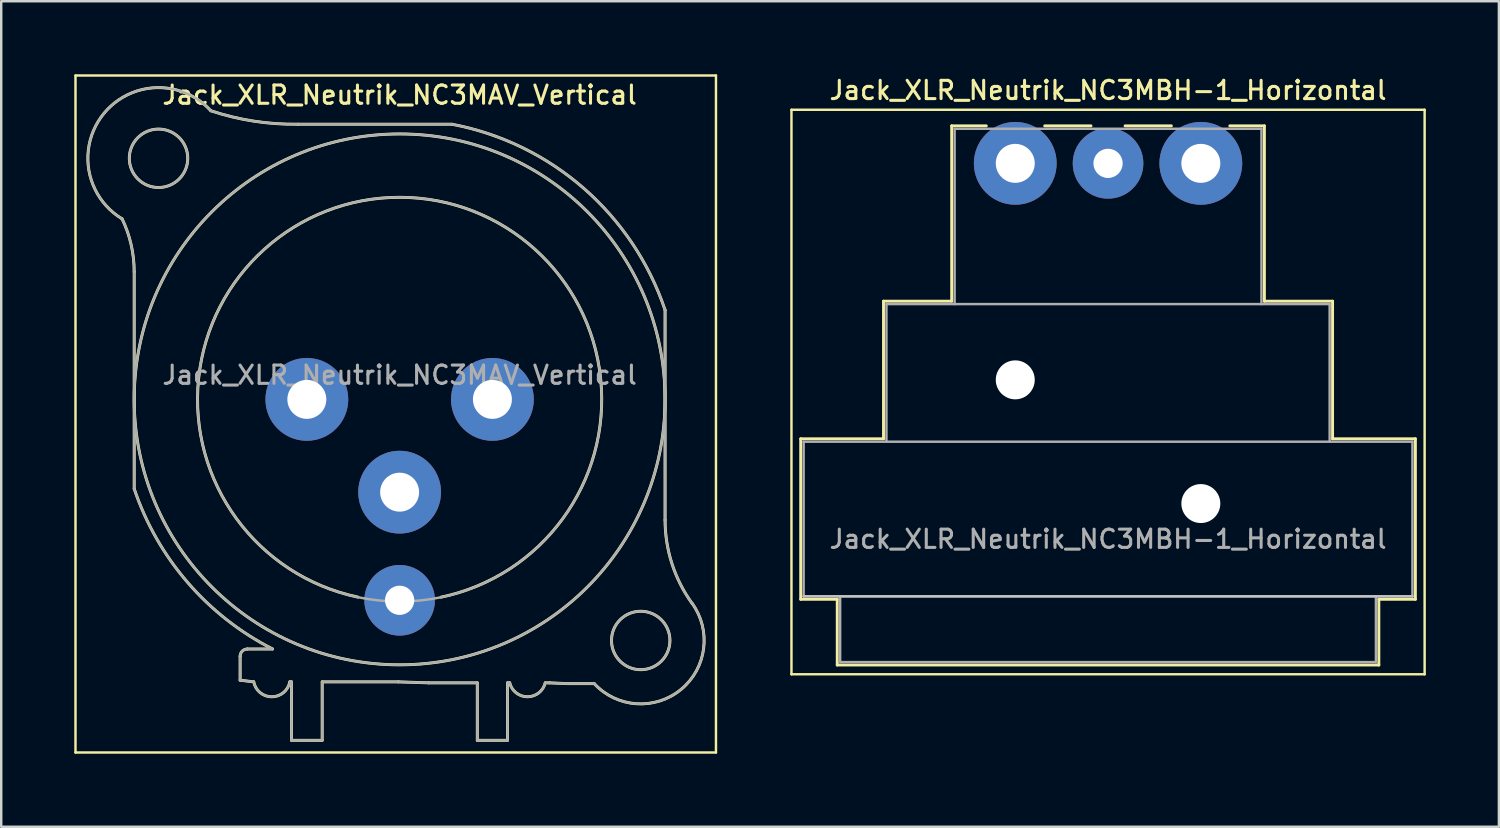
<source format=kicad_pcb>
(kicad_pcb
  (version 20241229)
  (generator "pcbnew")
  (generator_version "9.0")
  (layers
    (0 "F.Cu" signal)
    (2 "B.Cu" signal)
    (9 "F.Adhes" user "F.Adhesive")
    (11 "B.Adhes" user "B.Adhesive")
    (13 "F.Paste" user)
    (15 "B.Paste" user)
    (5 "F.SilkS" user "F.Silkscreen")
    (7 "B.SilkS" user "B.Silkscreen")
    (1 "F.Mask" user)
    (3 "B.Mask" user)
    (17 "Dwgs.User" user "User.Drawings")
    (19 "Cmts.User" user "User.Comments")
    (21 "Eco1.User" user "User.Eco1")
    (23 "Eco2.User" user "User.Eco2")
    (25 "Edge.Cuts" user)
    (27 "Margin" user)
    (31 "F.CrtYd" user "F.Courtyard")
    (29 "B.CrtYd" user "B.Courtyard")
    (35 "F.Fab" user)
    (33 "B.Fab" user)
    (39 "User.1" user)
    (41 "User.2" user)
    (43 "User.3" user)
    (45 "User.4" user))
  (footprint "Jack_XLR_Neutrik_NC3MAV_Vertical"
    (layer "F.Cu")
    (at 9.55 13.35)
    (property "Reference" "Jack_XLR_Neutrik_NC3MAV_Vertical" (at 3.81 -12.5 0) (layer "F.SilkS") (effects (font (size 0.75 0.75) (thickness 0.125))))
    (attr through_hole)
    (fp_line (start -9.5 -13.3) (end 16.8 -13.3) (stroke (width 0.1) (type solid)) (layer "F.SilkS"))
    (fp_line (start -9.5 14.5) (end -9.5 -13.3) (stroke (width 0.1) (type solid)) (layer "F.SilkS"))
    (fp_line (start -7.09 3.67) (end -7.09 -5.24) (stroke (width 0.12) (type solid)) (layer "F.SilkS"))
    (fp_line (start -2.74 11.53) (end -2.74 10.55) (stroke (width 0.12) (type solid)) (layer "F.SilkS"))
    (fp_line (start -2.74 11.53) (end -2.18 11.6) (stroke (width 0.12) (type solid)) (layer "F.SilkS"))
    (fp_line (start -1.41 10.25) (end -2.44 10.25) (stroke (width 0.12) (type solid)) (layer "F.SilkS"))
    (fp_line (start -0.7 11.6) (end -0.63 11.6) (stroke (width 0.12) (type solid)) (layer "F.SilkS"))
    (fp_line (start -0.63 11.6) (end -0.63 14) (stroke (width 0.12) (type solid)) (layer "F.SilkS"))
    (fp_line (start 0.63 11.6) (end 0.63 14) (stroke (width 0.12) (type solid)) (layer "F.SilkS"))
    (fp_line (start 0.63 11.6) (end 3.76 11.6) (stroke (width 0.12) (type solid)) (layer "F.SilkS"))
    (fp_line (start 0.63 14) (end -0.63 14) (stroke (width 0.12) (type solid)) (layer "F.SilkS"))
    (fp_line (start 3.76 11.6) (end 5 11.64) (stroke (width 0.12) (type solid)) (layer "F.SilkS"))
    (fp_line (start 5 11.64) (end 7 11.64) (stroke (width 0.12) (type solid)) (layer "F.SilkS"))
    (fp_line (start 5.95 -11.3) (end -0.36 -11.3) (stroke (width 0.12) (type solid)) (layer "F.SilkS"))
    (fp_line (start 7 11.64) (end 7 14) (stroke (width 0.12) (type solid)) (layer "F.SilkS"))
    (fp_line (start 8.24 11.64) (end 8.24 14) (stroke (width 0.12) (type solid)) (layer "F.SilkS"))
    (fp_line (start 8.24 11.64) (end 8.33 11.64) (stroke (width 0.12) (type solid)) (layer "F.SilkS"))
    (fp_line (start 8.24 14) (end 7 14) (stroke (width 0.12) (type solid)) (layer "F.SilkS"))
    (fp_line (start 9.79 11.64) (end 9.96 11.64) (stroke (width 0.12) (type solid)) (layer "F.SilkS"))
    (fp_line (start 9.96 11.64) (end 10.66 11.67) (stroke (width 0.12) (type solid)) (layer "F.SilkS"))
    (fp_line (start 10.66 11.67) (end 11.8 11.67) (stroke (width 0.12) (type solid)) (layer "F.SilkS"))
    (fp_line (start 14.71 -3.67) (end 14.71 4.95) (stroke (width 0.12) (type solid)) (layer "F.SilkS"))
    (fp_line (start 16.8 -13.3) (end 16.8 14.5) (stroke (width 0.1) (type solid)) (layer "F.SilkS"))
    (fp_line (start 16.8 14.5) (end -9.5 14.5) (stroke (width 0.1) (type solid)) (layer "F.SilkS"))
    (fp_arc (start -7.593301 -7.417041) (mid -8.329941 -11.745986) (end -3.94 -11.85) (stroke (width 0.12) (type solid)) (layer "F.SilkS"))
    (fp_arc (start -7.585604 -7.412632) (mid -7.215472 -6.354221) (end -7.09 -5.24) (stroke (width 0.12) (type solid)) (layer "F.SilkS"))
    (fp_arc (start -2.74 10.55) (mid -2.652132 10.337868) (end -2.44 10.25) (stroke (width 0.12) (type solid)) (layer "F.SilkS"))
    (fp_arc (start -1.409988 10.248445) (mid -4.895314 7.51641) (end -7.09 3.67) (stroke (width 0.12) (type solid)) (layer "F.SilkS"))
    (fp_arc (start -0.699936 11.599661) (mid -1.439828 12.213127) (end -2.18 11.6) (stroke (width 0.12) (type solid)) (layer "F.SilkS"))
    (fp_arc (start -0.36 -11.3) (mid -2.1728 -11.424322) (end -3.939109 -11.850762) (stroke (width 0.12) (type solid)) (layer "F.SilkS"))
    (fp_arc (start 2.1 8.12) (mid 3.816114 -8.2981) (end 5.508033 8.122511) (stroke (width 0.12) (type solid)) (layer "F.SilkS"))
    (fp_arc (start 5.963496 -11.297847) (mid 11.369395 -8.668013) (end 14.71 -3.67) (stroke (width 0.12) (type solid)) (layer "F.SilkS"))
    (fp_arc (start 9.789694 11.641238) (mid 9.059362 12.211864) (end 8.33 11.64) (stroke (width 0.12) (type solid)) (layer "F.SilkS"))
    (fp_arc (start 15.815277 8.372002) (mid 14.993173 6.748036) (end 14.71 4.95) (stroke (width 0.12) (type solid)) (layer "F.SilkS"))
    (fp_arc (start 15.818809 8.372281) (mid 15.361853 11.913053) (end 11.8 11.67) (stroke (width 0.12) (type solid)) (layer "F.SilkS"))
    (fp_circle (center -6.09 -9.9) (end -4.89 -9.9) (stroke (width 0.12) (type solid)) (fill no) (layer "F.SilkS"))
    (fp_circle (center 3.81 0) (end 14.71 0) (stroke (width 0.12) (type solid)) (fill no) (layer "F.SilkS"))
    (fp_circle (center 13.71 9.9) (end 14.91 9.9) (stroke (width 0.12) (type solid)) (fill no) (layer "F.SilkS"))
    (fp_line (start -7.09 3.67) (end -7.09 -5.24) (stroke (width 0.1) (type solid)) (layer "F.Fab"))
    (fp_line (start -2.74 11.53) (end -2.74 10.55) (stroke (width 0.1) (type solid)) (layer "F.Fab"))
    (fp_line (start -2.74 11.53) (end -2.18 11.6) (stroke (width 0.1) (type solid)) (layer "F.Fab"))
    (fp_line (start -1.41 10.25) (end -2.44 10.25) (stroke (width 0.1) (type solid)) (layer "F.Fab"))
    (fp_line (start -0.7 11.6) (end -0.63 11.6) (stroke (width 0.1) (type solid)) (layer "F.Fab"))
    (fp_line (start -0.63 11.6) (end -0.63 14) (stroke (width 0.1) (type solid)) (layer "F.Fab"))
    (fp_line (start 0.63 11.6) (end 0.63 14) (stroke (width 0.1) (type solid)) (layer "F.Fab"))
    (fp_line (start 0.63 11.6) (end 3.76 11.6) (stroke (width 0.1) (type solid)) (layer "F.Fab"))
    (fp_line (start 0.63 14) (end -0.63 14) (stroke (width 0.1) (type solid)) (layer "F.Fab"))
    (fp_line (start 3.76 11.6) (end 5 11.64) (stroke (width 0.1) (type solid)) (layer "F.Fab"))
    (fp_line (start 5 11.64) (end 7 11.64) (stroke (width 0.1) (type solid)) (layer "F.Fab"))
    (fp_line (start 5.95 -11.3) (end -0.36 -11.3) (stroke (width 0.1) (type solid)) (layer "F.Fab"))
    (fp_line (start 7 11.64) (end 7 14) (stroke (width 0.1) (type solid)) (layer "F.Fab"))
    (fp_line (start 8.24 11.64) (end 8.24 14) (stroke (width 0.1) (type solid)) (layer "F.Fab"))
    (fp_line (start 8.24 11.64) (end 8.33 11.64) (stroke (width 0.1) (type solid)) (layer "F.Fab"))
    (fp_line (start 8.24 14) (end 7 14) (stroke (width 0.1) (type solid)) (layer "F.Fab"))
    (fp_line (start 9.79 11.64) (end 9.96 11.64) (stroke (width 0.1) (type solid)) (layer "F.Fab"))
    (fp_line (start 9.96 11.64) (end 10.66 11.67) (stroke (width 0.1) (type solid)) (layer "F.Fab"))
    (fp_line (start 10.66 11.67) (end 11.8 11.67) (stroke (width 0.1) (type solid)) (layer "F.Fab"))
    (fp_line (start 14.71 -3.67) (end 14.71 4.95) (stroke (width 0.1) (type solid)) (layer "F.Fab"))
    (fp_arc (start -7.593301 -7.417041) (mid -8.329941 -11.745986) (end -3.94 -11.85) (stroke (width 0.1) (type solid)) (layer "F.Fab"))
    (fp_arc (start -7.585604 -7.412632) (mid -7.215472 -6.354221) (end -7.09 -5.24) (stroke (width 0.1) (type solid)) (layer "F.Fab"))
    (fp_arc (start -2.74 10.55) (mid -2.652132 10.337868) (end -2.44 10.25) (stroke (width 0.1) (type solid)) (layer "F.Fab"))
    (fp_arc (start -1.409988 10.248445) (mid -4.895314 7.51641) (end -7.09 3.67) (stroke (width 0.1) (type solid)) (layer "F.Fab"))
    (fp_arc (start -0.699936 11.599661) (mid -1.439828 12.213127) (end -2.18 11.6) (stroke (width 0.1) (type solid)) (layer "F.Fab"))
    (fp_arc (start -0.36 -11.3) (mid -2.1728 -11.424322) (end -3.939109 -11.850762) (stroke (width 0.1) (type solid)) (layer "F.Fab"))
    (fp_arc (start 5.963496 -11.297847) (mid 11.369395 -8.668013) (end 14.71 -3.67) (stroke (width 0.1) (type solid)) (layer "F.Fab"))
    (fp_arc (start 9.789694 11.641238) (mid 9.059362 12.211864) (end 8.33 11.64) (stroke (width 0.1) (type solid)) (layer "F.Fab"))
    (fp_arc (start 15.815277 8.372002) (mid 14.993173 6.748036) (end 14.71 4.95) (stroke (width 0.1) (type solid)) (layer "F.Fab"))
    (fp_arc (start 15.818809 8.372281) (mid 15.361853 11.913053) (end 11.8 11.67) (stroke (width 0.1) (type solid)) (layer "F.Fab"))
    (fp_circle (center -6.09 -9.9) (end -4.89 -9.9) (stroke (width 0.1) (type solid)) (fill no) (layer "F.Fab"))
    (fp_circle (center 3.81 0) (end 12.11 0) (stroke (width 0.1) (type solid)) (fill no) (layer "F.Fab"))
    (fp_circle (center 3.81 0) (end 14.71 0) (stroke (width 0.1) (type solid)) (fill no) (layer "F.Fab"))
    (fp_circle (center 13.71 9.9) (end 14.91 9.9) (stroke (width 0.1) (type solid)) (fill no) (layer "F.Fab"))
    (fp_text user "${REFERENCE}" (at 3.81 -1 0) (layer "F.Fab") (effects (font (size 0.75 0.75) (thickness 0.125))))
    (pad "1" thru_hole circle (at 0 0) (size 3.4 3.4) (drill 1.6) (layers "*.Cu" "*.Mask"))
    (pad "2" thru_hole circle (at 7.62 0) (size 3.4 3.4) (drill 1.6) (layers "*.Cu" "*.Mask"))
    (pad "3" thru_hole circle (at 3.81 3.81) (size 3.4 3.4) (drill 1.6) (layers "*.Cu" "*.Mask"))
    (pad "G" thru_hole circle (at 3.81 8.25) (size 2.9 2.9) (drill 1.2) (layers "*.Cu" "*.Mask")))
  (footprint "Jack_XLR_Neutrik_NC3MBH-1_Horizontal"
    (layer "F.Cu")
    (at 38.64 3.658)
    (property "Reference" "Jack_XLR_Neutrik_NC3MBH-1_Horizontal" (at 3.81 -3 0) (layer "F.SilkS") (effects (font (size 0.75 0.75) (thickness 0.125))))
    (attr through_hole)
    (fp_line (start -9.19 20.98) (end -9.19 -2.2) (stroke (width 0.1) (type solid)) (layer "F.SilkS"))
    (fp_line (start -8.81 11.31) (end -5.41 11.31) (stroke (width 0.12) (type solid)) (layer "F.SilkS"))
    (fp_line (start -8.81 17.9) (end -8.81 11.31) (stroke (width 0.12) (type solid)) (layer "F.SilkS"))
    (fp_line (start -7.31 17.9) (end -8.81 17.9) (stroke (width 0.12) (type solid)) (layer "F.SilkS"))
    (fp_line (start -7.31 17.9) (end -7.31 20.6) (stroke (width 0.12) (type solid)) (layer "F.SilkS"))
    (fp_line (start -5.41 11.31) (end -5.41 5.66) (stroke (width 0.12) (type solid)) (layer "F.SilkS"))
    (fp_line (start -2.61 5.66) (end -5.41 5.66) (stroke (width 0.12) (type solid)) (layer "F.SilkS"))
    (fp_line (start -2.61 5.66) (end -2.61 -1.54) (stroke (width 0.12) (type solid)) (layer "F.SilkS"))
    (fp_line (start -1.19 -1.54) (end -2.61 -1.54) (stroke (width 0.12) (type solid)) (layer "F.SilkS"))
    (fp_line (start 3.11 -1.54) (end 1.21 -1.54) (stroke (width 0.12) (type solid)) (layer "F.SilkS"))
    (fp_line (start 4.51 -1.54) (end 6.41 -1.54) (stroke (width 0.12) (type solid)) (layer "F.SilkS"))
    (fp_line (start 10.23 -1.54) (end 8.81 -1.54) (stroke (width 0.12) (type solid)) (layer "F.SilkS"))
    (fp_line (start 10.23 5.66) (end 10.23 -1.54) (stroke (width 0.12) (type solid)) (layer "F.SilkS"))
    (fp_line (start 10.23 5.66) (end 13.03 5.66) (stroke (width 0.12) (type solid)) (layer "F.SilkS"))
    (fp_line (start 13.03 11.31) (end 13.03 5.66) (stroke (width 0.12) (type solid)) (layer "F.SilkS"))
    (fp_line (start 13.03 11.31) (end 16.43 11.31) (stroke (width 0.12) (type solid)) (layer "F.SilkS"))
    (fp_line (start 14.93 17.9) (end 14.93 20.6) (stroke (width 0.12) (type solid)) (layer "F.SilkS"))
    (fp_line (start 14.93 20.6) (end -7.31 20.6) (stroke (width 0.12) (type solid)) (layer "F.SilkS"))
    (fp_line (start 16.43 17.9) (end 14.93 17.9) (stroke (width 0.12) (type solid)) (layer "F.SilkS"))
    (fp_line (start 16.43 17.9) (end 16.43 11.31) (stroke (width 0.12) (type solid)) (layer "F.SilkS"))
    (fp_line (start 16.81 -2.2) (end -9.19 -2.2) (stroke (width 0.1) (type solid)) (layer "F.SilkS"))
    (fp_line (start 16.81 20.98) (end -9.19 20.98) (stroke (width 0.1) (type solid)) (layer "F.SilkS"))
    (fp_line (start 16.81 20.98) (end 16.81 -2.2) (stroke (width 0.1) (type solid)) (layer "F.SilkS"))
    (fp_line (start 16.31 17.78) (end -8.69 17.78) (stroke (width 0.1) (type solid)) (layer "Dwgs.User"))
    (fp_line (start -8.69 11.43) (end 16.31 11.43) (stroke (width 0.1) (type solid)) (layer "F.Fab"))
    (fp_line (start -8.69 17.78) (end -8.69 11.43) (stroke (width 0.1) (type solid)) (layer "F.Fab"))
    (fp_line (start -7.19 20.48) (end -7.19 17.78) (stroke (width 0.1) (type solid)) (layer "F.Fab"))
    (fp_line (start -5.29 5.78) (end -5.29 11.43) (stroke (width 0.1) (type solid)) (layer "F.Fab"))
    (fp_line (start -5.29 5.78) (end 12.91 5.78) (stroke (width 0.1) (type solid)) (layer "F.Fab"))
    (fp_line (start -2.49 5.78) (end -2.49 -1.42) (stroke (width 0.1) (type solid)) (layer "F.Fab"))
    (fp_line (start 10.11 -1.42) (end -2.49 -1.42) (stroke (width 0.1) (type solid)) (layer "F.Fab"))
    (fp_line (start 10.11 5.78) (end 10.11 -1.42) (stroke (width 0.1) (type solid)) (layer "F.Fab"))
    (fp_line (start 12.91 11.43) (end 12.91 5.78) (stroke (width 0.1) (type solid)) (layer "F.Fab"))
    (fp_line (start 14.81 17.78) (end 14.81 20.48) (stroke (width 0.1) (type solid)) (layer "F.Fab"))
    (fp_line (start 14.81 20.48) (end -7.19 20.48) (stroke (width 0.1) (type solid)) (layer "F.Fab"))
    (fp_line (start 16.31 11.43) (end 16.31 17.78) (stroke (width 0.1) (type solid)) (layer "F.Fab"))
    (fp_line (start 16.31 17.78) (end -8.69 17.78) (stroke (width 0.1) (type solid)) (layer "F.Fab"))
    (fp_text user "${REFERENCE}" (at 3.81 15.43 0) (layer "F.Fab") (effects (font (size 0.75 0.75) (thickness 0.125))))
    (pad "" np_thru_hole circle (at 0 8.89) (size 1.6 1.6) (drill 1.6) (layers "*.Cu" "*.Mask"))
    (pad "" np_thru_hole circle (at 7.62 13.97) (size 1.6 1.6) (drill 1.6) (layers "*.Cu" "*.Mask"))
    (pad "1" thru_hole circle (at 0 0) (size 3.4 3.4) (drill 1.6) (layers "*.Cu" "*.Mask"))
    (pad "2" thru_hole circle (at 7.62 0) (size 3.4 3.4) (drill 1.6) (layers "*.Cu" "*.Mask"))
    (pad "3" thru_hole circle (at 3.81 0) (size 2.9 2.9) (drill 1.2) (layers "*.Cu" "*.Mask")))
  (gr_rect
    (start -3 -3)
    (end 58.5 30.9)
    (stroke (width 0.1) (type default))
    (fill no)
    (layer "Edge.Cuts")))
</source>
